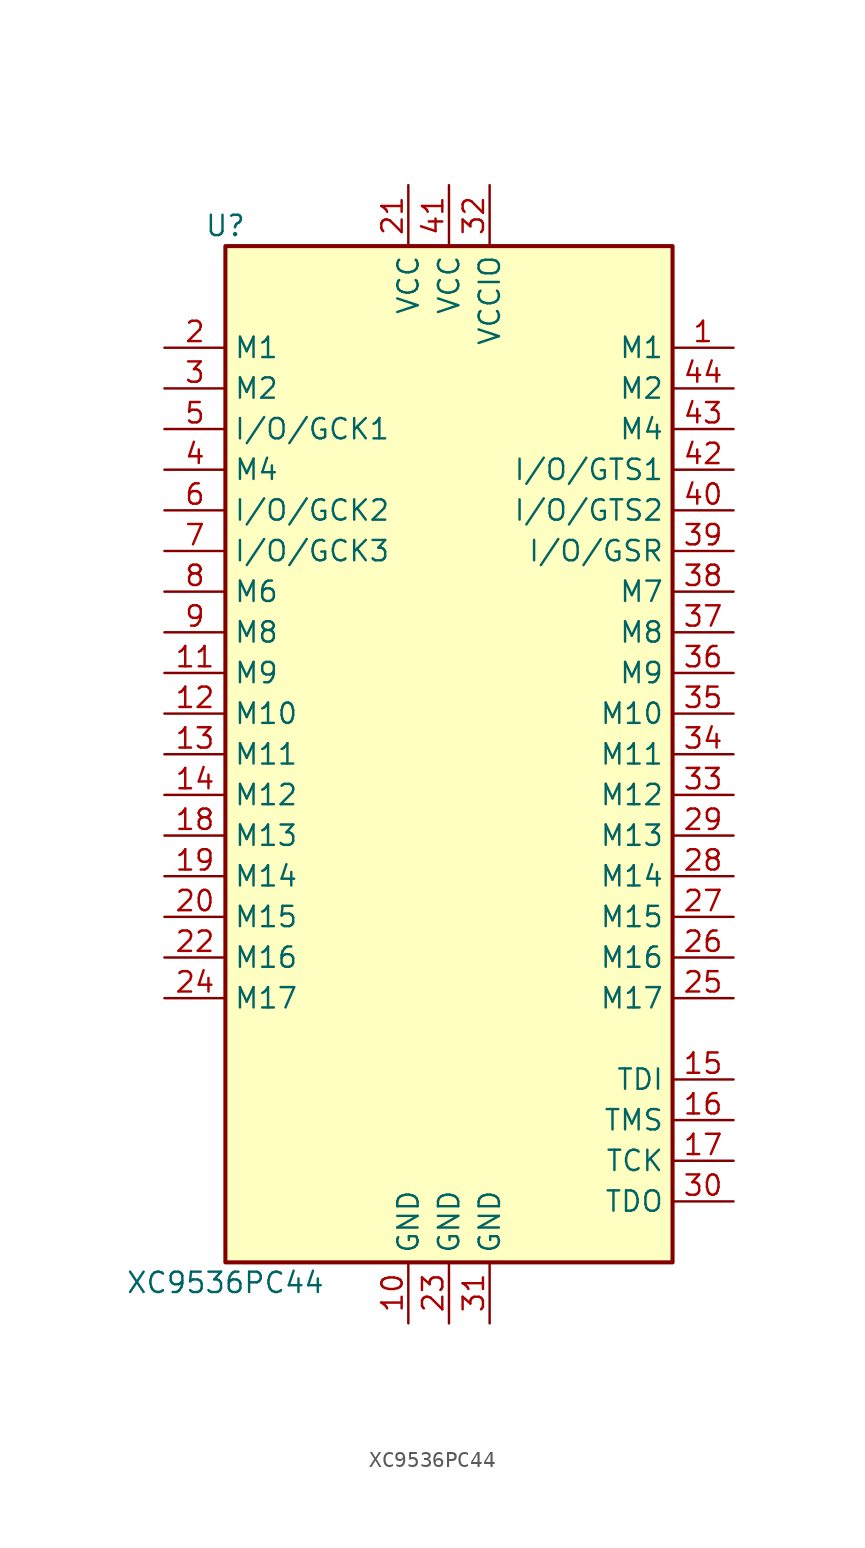
<source format=kicad_sym>
(kicad_symbol_lib
  (version 20211014)
  (generator kicad_symbol_editor)
  (symbol "XC9536PC44"
    (property "Reference" "U"
      (at -13.97 33.02 0)
      (effects (font (size 1.27 1.27))))
    (property "Value" "XC9536PC44"
      (at -13.97 -33.02 0)
      (effects (font (size 1.27 1.27))))
    (symbol "XC9536PC44_1_1"
      (rectangle (start -13.97 31.75) (end 13.97 -31.75) (stroke (width 0.254) (type default) (color 0 0 0 0)) (fill (type background)))
      (pin bidirectional line (at 17.78 25.4 180) (length 3.81) (name "M1" (effects (font (size 1.27 1.27)))) (number "1" (effects (font (size 1.27 1.27)))))
      (pin power_in line (at -2.54 -35.56 90) (length 3.81) (name "GND" (effects (font (size 1.27 1.27)))) (number "10" (effects (font (size 1.27 1.27)))))
      (pin bidirectional line (at -17.78 5.08 0) (length 3.81) (name "M9" (effects (font (size 1.27 1.27)))) (number "11" (effects (font (size 1.27 1.27)))))
      (pin bidirectional line (at -17.78 2.54 0) (length 3.81) (name "M10" (effects (font (size 1.27 1.27)))) (number "12" (effects (font (size 1.27 1.27)))))
      (pin bidirectional line (at -17.78 0 0) (length 3.81) (name "M11" (effects (font (size 1.27 1.27)))) (number "13" (effects (font (size 1.27 1.27)))))
      (pin bidirectional line (at -17.78 -2.54 0) (length 3.81) (name "M12" (effects (font (size 1.27 1.27)))) (number "14" (effects (font (size 1.27 1.27)))))
      (pin input line (at 17.78 -20.32 180) (length 3.81) (name "TDI" (effects (font (size 1.27 1.27)))) (number "15" (effects (font (size 1.27 1.27)))))
      (pin input line (at 17.78 -22.86 180) (length 3.81) (name "TMS" (effects (font (size 1.27 1.27)))) (number "16" (effects (font (size 1.27 1.27)))))
      (pin input line (at 17.78 -25.4 180) (length 3.81) (name "TCK" (effects (font (size 1.27 1.27)))) (number "17" (effects (font (size 1.27 1.27)))))
      (pin bidirectional line (at -17.78 -5.08 0) (length 3.81) (name "M13" (effects (font (size 1.27 1.27)))) (number "18" (effects (font (size 1.27 1.27)))))
      (pin bidirectional line (at -17.78 -7.62 0) (length 3.81) (name "M14" (effects (font (size 1.27 1.27)))) (number "19" (effects (font (size 1.27 1.27)))))
      (pin bidirectional line (at -17.78 25.4 0) (length 3.81) (name "M1" (effects (font (size 1.27 1.27)))) (number "2" (effects (font (size 1.27 1.27)))))
      (pin bidirectional line (at -17.78 -10.16 0) (length 3.81) (name "M15" (effects (font (size 1.27 1.27)))) (number "20" (effects (font (size 1.27 1.27)))))
      (pin power_in line (at -2.54 35.56 270) (length 3.81) (name "VCC" (effects (font (size 1.27 1.27)))) (number "21" (effects (font (size 1.27 1.27)))))
      (pin bidirectional line (at -17.78 -12.7 0) (length 3.81) (name "M16" (effects (font (size 1.27 1.27)))) (number "22" (effects (font (size 1.27 1.27)))))
      (pin power_in line (at 0 -35.56 90) (length 3.81) (name "GND" (effects (font (size 1.27 1.27)))) (number "23" (effects (font (size 1.27 1.27)))))
      (pin bidirectional line (at -17.78 -15.24 0) (length 3.81) (name "M17" (effects (font (size 1.27 1.27)))) (number "24" (effects (font (size 1.27 1.27)))))
      (pin bidirectional line (at 17.78 -15.24 180) (length 3.81) (name "M17" (effects (font (size 1.27 1.27)))) (number "25" (effects (font (size 1.27 1.27)))))
      (pin bidirectional line (at 17.78 -12.7 180) (length 3.81) (name "M16" (effects (font (size 1.27 1.27)))) (number "26" (effects (font (size 1.27 1.27)))))
      (pin bidirectional line (at 17.78 -10.16 180) (length 3.81) (name "M15" (effects (font (size 1.27 1.27)))) (number "27" (effects (font (size 1.27 1.27)))))
      (pin bidirectional line (at 17.78 -7.62 180) (length 3.81) (name "M14" (effects (font (size 1.27 1.27)))) (number "28" (effects (font (size 1.27 1.27)))))
      (pin bidirectional line (at 17.78 -5.08 180) (length 3.81) (name "M13" (effects (font (size 1.27 1.27)))) (number "29" (effects (font (size 1.27 1.27)))))
      (pin bidirectional line (at -17.78 22.86 0) (length 3.81) (name "M2" (effects (font (size 1.27 1.27)))) (number "3" (effects (font (size 1.27 1.27)))))
      (pin output line (at 17.78 -27.94 180) (length 3.81) (name "TDO" (effects (font (size 1.27 1.27)))) (number "30" (effects (font (size 1.27 1.27)))))
      (pin power_in line (at 2.54 -35.56 90) (length 3.81) (name "GND" (effects (font (size 1.27 1.27)))) (number "31" (effects (font (size 1.27 1.27)))))
      (pin power_in line (at 2.54 35.56 270) (length 3.81) (name "VCCIO" (effects (font (size 1.27 1.27)))) (number "32" (effects (font (size 1.27 1.27)))))
      (pin bidirectional line (at 17.78 -2.54 180) (length 3.81) (name "M12" (effects (font (size 1.27 1.27)))) (number "33" (effects (font (size 1.27 1.27)))))
      (pin bidirectional line (at 17.78 0 180) (length 3.81) (name "M11" (effects (font (size 1.27 1.27)))) (number "34" (effects (font (size 1.27 1.27)))))
      (pin bidirectional line (at 17.78 2.54 180) (length 3.81) (name "M10" (effects (font (size 1.27 1.27)))) (number "35" (effects (font (size 1.27 1.27)))))
      (pin bidirectional line (at 17.78 5.08 180) (length 3.81) (name "M9" (effects (font (size 1.27 1.27)))) (number "36" (effects (font (size 1.27 1.27)))))
      (pin bidirectional line (at 17.78 7.62 180) (length 3.81) (name "M8" (effects (font (size 1.27 1.27)))) (number "37" (effects (font (size 1.27 1.27)))))
      (pin bidirectional line (at 17.78 10.16 180) (length 3.81) (name "M7" (effects (font (size 1.27 1.27)))) (number "38" (effects (font (size 1.27 1.27)))))
      (pin bidirectional line (at 17.78 12.7 180) (length 3.81) (name "I/O/GSR" (effects (font (size 1.27 1.27)))) (number "39" (effects (font (size 1.27 1.27)))))
      (pin bidirectional line (at -17.78 17.78 0) (length 3.81) (name "M4" (effects (font (size 1.27 1.27)))) (number "4" (effects (font (size 1.27 1.27)))))
      (pin bidirectional line (at 17.78 15.24 180) (length 3.81) (name "I/O/GTS2" (effects (font (size 1.27 1.27)))) (number "40" (effects (font (size 1.27 1.27)))))
      (pin power_in line (at 0 35.56 270) (length 3.81) (name "VCC" (effects (font (size 1.27 1.27)))) (number "41" (effects (font (size 1.27 1.27)))))
      (pin bidirectional line (at 17.78 17.78 180) (length 3.81) (name "I/O/GTS1" (effects (font (size 1.27 1.27)))) (number "42" (effects (font (size 1.27 1.27)))))
      (pin bidirectional line (at 17.78 20.32 180) (length 3.81) (name "M4" (effects (font (size 1.27 1.27)))) (number "43" (effects (font (size 1.27 1.27)))))
      (pin bidirectional line (at 17.78 22.86 180) (length 3.81) (name "M2" (effects (font (size 1.27 1.27)))) (number "44" (effects (font (size 1.27 1.27)))))
      (pin bidirectional line (at -17.78 20.32 0) (length 3.81) (name "I/O/GCK1" (effects (font (size 1.27 1.27)))) (number "5" (effects (font (size 1.27 1.27)))))
      (pin bidirectional line (at -17.78 15.24 0) (length 3.81) (name "I/O/GCK2" (effects (font (size 1.27 1.27)))) (number "6" (effects (font (size 1.27 1.27)))))
      (pin bidirectional line (at -17.78 12.7 0) (length 3.81) (name "I/O/GCK3" (effects (font (size 1.27 1.27)))) (number "7" (effects (font (size 1.27 1.27)))))
      (pin bidirectional line (at -17.78 10.16 0) (length 3.81) (name "M6" (effects (font (size 1.27 1.27)))) (number "8" (effects (font (size 1.27 1.27)))))
      (pin bidirectional line (at -17.78 7.62 0) (length 3.81) (name "M8" (effects (font (size 1.27 1.27)))) (number "9" (effects (font (size 1.27 1.27))))))))
</source>
